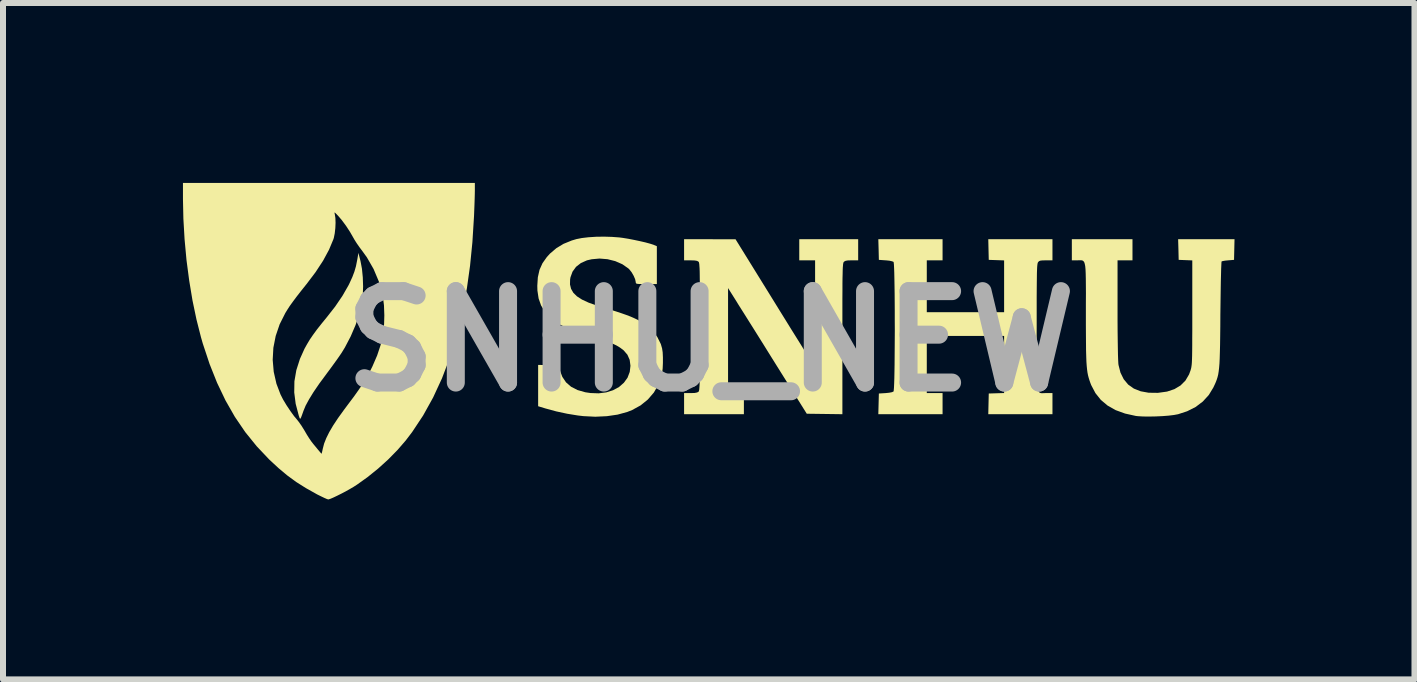
<source format=kicad_pcb>
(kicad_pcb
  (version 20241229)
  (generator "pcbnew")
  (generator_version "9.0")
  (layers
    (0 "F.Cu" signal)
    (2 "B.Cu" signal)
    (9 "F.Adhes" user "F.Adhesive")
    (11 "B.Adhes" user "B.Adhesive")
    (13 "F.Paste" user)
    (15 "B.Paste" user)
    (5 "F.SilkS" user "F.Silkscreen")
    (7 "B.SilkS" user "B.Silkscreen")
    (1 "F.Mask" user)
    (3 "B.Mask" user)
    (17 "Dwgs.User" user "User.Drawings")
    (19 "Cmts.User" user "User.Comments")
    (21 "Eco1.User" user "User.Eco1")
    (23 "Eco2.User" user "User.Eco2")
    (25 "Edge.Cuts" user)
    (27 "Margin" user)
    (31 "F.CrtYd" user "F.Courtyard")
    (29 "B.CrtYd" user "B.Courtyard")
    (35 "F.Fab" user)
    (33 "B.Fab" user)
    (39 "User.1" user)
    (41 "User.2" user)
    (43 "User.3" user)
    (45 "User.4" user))
  (footprint "SNHU_NEW"
    (layer "F.Cu")
    (at 8.794 2.638)
    (property "Reference" "SNHU_NEW" (at 0 0 0) (layer "F.Fab") (effects (font (size 1.524 1.524) (thickness 0.3))))
    (attr board_only exclude_from_pos_files exclude_from_bom)
    (fp_poly (pts (xy -5.834 -1.334) (xy -5.81 -1.207) (xy -5.796 -1.064) (xy -5.791 -0.914) (xy -5.796 -0.77) (xy -5.81 -0.645) (xy -5.853 -0.462) (xy -5.916 -0.271) (xy -5.998 -0.08) (xy -6.095 0.105) (xy -6.15 0.195) (xy -6.18 0.239) (xy -6.224 0.302) (xy -6.278 0.377) (xy -6.337 0.458) (xy -6.398 0.54) (xy -6.405 0.55) (xy -6.522 0.708) (xy -6.617 0.847) (xy -6.692 0.969) (xy -6.749 1.074) (xy -6.785 1.161) (xy -6.809 1.229) (xy -6.825 1.271) (xy -6.836 1.291) (xy -6.844 1.291) (xy -6.852 1.274) (xy -6.863 1.241) (xy -6.864 1.238) (xy -6.915 1.043) (xy -6.939 0.854) (xy -6.936 0.668) (xy -6.904 0.483) (xy -6.844 0.295) (xy -6.768 0.126) (xy -6.725 0.049) (xy -6.679 -0.028) (xy -6.624 -0.108) (xy -6.559 -0.197) (xy -6.479 -0.298) (xy -6.399 -0.396) (xy -6.257 -0.577) (xy -6.136 -0.755) (xy -6.037 -0.927) (xy -6.017 -0.967) (xy -5.97 -1.07) (xy -5.936 -1.16) (xy -5.91 -1.25) (xy -5.89 -1.351) (xy -5.887 -1.366) (xy -5.869 -1.473)) (stroke (width 0) (type solid)) (fill yes) (layer "F.SilkS"))
    (fp_poly (pts (xy 3.869 -1.348) (xy 3.606 -1.348) (xy 3.606 -0.484) (xy 4.895 -0.484) (xy 4.895 -1.347) (xy 4.639 -1.356) (xy 4.635 -1.528) (xy 4.631 -1.7) (xy 5.701 -1.7) (xy 5.701 -1.348) (xy 5.592 -1.348) (xy 5.535 -1.347) (xy 5.499 -1.343) (xy 5.477 -1.334) (xy 5.461 -1.317) (xy 5.46 -1.316) (xy 5.456 -1.307) (xy 5.452 -1.292) (xy 5.449 -1.27) (xy 5.446 -1.238) (xy 5.444 -1.195) (xy 5.442 -1.138) (xy 5.441 -1.065) (xy 5.44 -0.974) (xy 5.439 -0.864) (xy 5.438 -0.732) (xy 5.438 -0.576) (xy 5.438 -0.394) (xy 5.438 -0.239) (xy 5.437 -0.032) (xy 5.437 0.148) (xy 5.437 0.302) (xy 5.438 0.432) (xy 5.439 0.541) (xy 5.441 0.63) (xy 5.445 0.702) (xy 5.45 0.758) (xy 5.457 0.799) (xy 5.467 0.829) (xy 5.478 0.849) (xy 5.493 0.861) (xy 5.51 0.866) (xy 5.531 0.867) (xy 5.556 0.866) (xy 5.584 0.865) (xy 5.599 0.865) (xy 5.701 0.865) (xy 5.701 1.217) (xy 4.631 1.217) (xy 4.639 0.872) (xy 4.767 0.868) (xy 4.895 0.864) (xy 4.895 -0.088) (xy 3.606 -0.088) (xy 3.606 0.865) (xy 3.869 0.865) (xy 3.869 1.217) (xy 2.798 1.217) (xy 2.807 0.872) (xy 2.92 0.865) (xy 2.978 0.859) (xy 3.025 0.85) (xy 3.05 0.839) (xy 3.052 0.838) (xy 3.055 0.82) (xy 3.059 0.775) (xy 3.062 0.707) (xy 3.065 0.618) (xy 3.067 0.511) (xy 3.069 0.389) (xy 3.07 0.254) (xy 3.071 0.11) (xy 3.072 -0.04) (xy 3.073 -0.194) (xy 3.072 -0.349) (xy 3.072 -0.502) (xy 3.071 -0.65) (xy 3.07 -0.791) (xy 3.068 -0.921) (xy 3.066 -1.038) (xy 3.064 -1.138) (xy 3.061 -1.22) (xy 3.058 -1.279) (xy 3.054 -1.314) (xy 3.052 -1.322) (xy 3.028 -1.332) (xy 2.983 -1.342) (xy 2.925 -1.348) (xy 2.92 -1.348) (xy 2.807 -1.356) (xy 2.803 -1.528) (xy 2.798 -1.7) (xy 3.869 -1.7)) (stroke (width 0) (type solid)) (fill yes) (layer "F.SilkS"))
    (fp_poly (pts (xy 2.462 -1.348) (xy 2.355 -1.348) (xy 2.294 -1.347) (xy 2.255 -1.341) (xy 2.231 -1.329) (xy 2.223 -1.322) (xy 2.218 -1.315) (xy 2.215 -1.304) (xy 2.211 -1.287) (xy 2.209 -1.262) (xy 2.206 -1.228) (xy 2.204 -1.181) (xy 2.203 -1.122) (xy 2.201 -1.046) (xy 2.2 -0.954) (xy 2.2 -0.843) (xy 2.199 -0.71) (xy 2.199 -0.556) (xy 2.199 -0.376) (xy 2.199 -0.17) (xy 2.199 -0.039) (xy 2.199 1.217) (xy 1.902 1.213) (xy 1.605 1.209) (xy 1.073 0.359) (xy 0.98 0.21) (xy 0.888 0.062) (xy 0.799 -0.08) (xy 0.715 -0.214) (xy 0.637 -0.338) (xy 0.568 -0.448) (xy 0.508 -0.543) (xy 0.46 -0.619) (xy 0.426 -0.675) (xy 0.417 -0.689) (xy 0.293 -0.886) (xy 0.293 0.865) (xy 0.557 0.865) (xy 0.557 1.217) (xy -0.44 1.217) (xy -0.44 0.865) (xy -0.331 0.865) (xy -0.265 0.863) (xy -0.223 0.855) (xy -0.199 0.842) (xy -0.199 0.842) (xy -0.194 0.835) (xy -0.191 0.823) (xy -0.187 0.803) (xy -0.185 0.774) (xy -0.182 0.733) (xy -0.18 0.679) (xy -0.179 0.61) (xy -0.178 0.523) (xy -0.177 0.417) (xy -0.176 0.289) (xy -0.176 0.139) (xy -0.176 -0.038) (xy -0.176 -0.241) (xy -0.176 -0.242) (xy -0.176 -0.445) (xy -0.176 -0.622) (xy -0.176 -0.773) (xy -0.177 -0.9) (xy -0.178 -1.006) (xy -0.179 -1.093) (xy -0.18 -1.163) (xy -0.182 -1.217) (xy -0.185 -1.257) (xy -0.187 -1.287) (xy -0.191 -1.306) (xy -0.194 -1.319) (xy -0.199 -1.325) (xy -0.199 -1.325) (xy -0.223 -1.339) (xy -0.265 -1.346) (xy -0.33 -1.348) (xy -0.44 -1.348) (xy -0.44 -1.7) (xy -0.011 -1.7) (xy 0.418 -1.699) (xy 1.063 -0.657) (xy 1.161 -0.498) (xy 1.256 -0.345) (xy 1.345 -0.201) (xy 1.428 -0.068) (xy 1.503 0.052) (xy 1.569 0.159) (xy 1.625 0.249) (xy 1.67 0.32) (xy 1.702 0.372) (xy 1.721 0.402) (xy 1.725 0.408) (xy 1.729 0.408) (xy 1.732 0.395) (xy 1.735 0.366) (xy 1.738 0.321) (xy 1.739 0.258) (xy 1.741 0.175) (xy 1.742 0.07) (xy 1.743 -0.058) (xy 1.743 -0.212) (xy 1.744 -0.392) (xy 1.744 -0.458) (xy 1.744 -1.348) (xy 1.48 -1.348) (xy 1.48 -1.7) (xy 2.462 -1.7)) (stroke (width 0) (type solid)) (fill yes) (layer "F.SilkS"))
    (fp_poly (pts (xy 7.035 -1.348) (xy 6.786 -1.348) (xy 6.786 -0.524) (xy 6.786 -0.337) (xy 6.787 -0.167) (xy 6.789 -0.015) (xy 6.791 0.116) (xy 6.793 0.225) (xy 6.796 0.31) (xy 6.799 0.369) (xy 6.802 0.396) (xy 6.835 0.525) (xy 6.889 0.634) (xy 6.963 0.723) (xy 7.058 0.79) (xy 7.172 0.835) (xy 7.304 0.859) (xy 7.455 0.861) (xy 7.466 0.86) (xy 7.611 0.84) (xy 7.734 0.799) (xy 7.836 0.738) (xy 7.918 0.656) (xy 7.978 0.554) (xy 8.002 0.489) (xy 8.008 0.468) (xy 8.014 0.446) (xy 8.018 0.421) (xy 8.022 0.391) (xy 8.025 0.353) (xy 8.027 0.304) (xy 8.029 0.243) (xy 8.03 0.166) (xy 8.031 0.071) (xy 8.031 -0.043) (xy 8.032 -0.181) (xy 8.032 -0.343) (xy 8.032 -0.477) (xy 8.032 -1.347) (xy 7.805 -1.356) (xy 7.801 -1.528) (xy 7.796 -1.7) (xy 8.736 -1.7) (xy 8.732 -1.528) (xy 8.728 -1.356) (xy 8.63 -1.348) (xy 8.579 -1.343) (xy 8.539 -1.336) (xy 8.52 -1.329) (xy 8.518 -1.312) (xy 8.516 -1.269) (xy 8.513 -1.202) (xy 8.511 -1.113) (xy 8.508 -1.005) (xy 8.506 -0.881) (xy 8.504 -0.743) (xy 8.502 -0.594) (xy 8.5 -0.442) (xy 8.499 -0.248) (xy 8.497 -0.081) (xy 8.495 0.062) (xy 8.492 0.183) (xy 8.489 0.286) (xy 8.485 0.371) (xy 8.479 0.443) (xy 8.472 0.503) (xy 8.464 0.554) (xy 8.453 0.599) (xy 8.44 0.64) (xy 8.425 0.68) (xy 8.407 0.721) (xy 8.386 0.765) (xy 8.383 0.772) (xy 8.307 0.897) (xy 8.207 1.006) (xy 8.087 1.097) (xy 7.946 1.168) (xy 7.796 1.217) (xy 7.727 1.23) (xy 7.637 1.241) (xy 7.532 1.249) (xy 7.422 1.254) (xy 7.312 1.256) (xy 7.212 1.255) (xy 7.128 1.25) (xy 7.091 1.246) (xy 6.911 1.206) (xy 6.754 1.149) (xy 6.62 1.073) (xy 6.507 0.978) (xy 6.417 0.865) (xy 6.347 0.732) (xy 6.333 0.696) (xy 6.318 0.653) (xy 6.305 0.611) (xy 6.294 0.569) (xy 6.285 0.524) (xy 6.278 0.472) (xy 6.272 0.412) (xy 6.267 0.341) (xy 6.264 0.256) (xy 6.261 0.154) (xy 6.26 0.034) (xy 6.259 -0.108) (xy 6.258 -0.274) (xy 6.258 -0.458) (xy 6.258 -0.642) (xy 6.259 -0.799) (xy 6.258 -0.931) (xy 6.257 -1.04) (xy 6.255 -1.128) (xy 6.252 -1.198) (xy 6.247 -1.252) (xy 6.239 -1.291) (xy 6.23 -1.318) (xy 6.217 -1.335) (xy 6.202 -1.345) (xy 6.183 -1.349) (xy 6.16 -1.349) (xy 6.134 -1.349) (xy 6.118 -1.348) (xy 6.024 -1.348) (xy 6.024 -1.7) (xy 7.035 -1.7)) (stroke (width 0) (type solid)) (fill yes) (layer "F.SilkS"))
    (fp_poly (pts (xy -1.643 -1.739) (xy -1.521 -1.73) (xy -1.466 -1.723) (xy -1.373 -1.708) (xy -1.275 -1.689) (xy -1.176 -1.668) (xy -1.085 -1.647) (xy -1.008 -1.626) (xy -0.951 -1.608) (xy -0.942 -1.604) (xy -0.894 -1.584) (xy -0.894 -0.953) (xy -1.07 -0.953) (xy -1.144 -0.953) (xy -1.194 -0.954) (xy -1.224 -0.957) (xy -1.239 -0.963) (xy -1.245 -0.973) (xy -1.246 -0.986) (xy -1.256 -1.033) (xy -1.281 -1.091) (xy -1.315 -1.15) (xy -1.355 -1.2) (xy -1.369 -1.213) (xy -1.469 -1.283) (xy -1.588 -1.335) (xy -1.716 -1.367) (xy -1.85 -1.378) (xy -1.981 -1.366) (xy -2.059 -1.348) (xy -2.16 -1.303) (xy -2.241 -1.24) (xy -2.3 -1.159) (xy -2.334 -1.065) (xy -2.34 -1.029) (xy -2.342 -0.946) (xy -2.324 -0.873) (xy -2.286 -0.807) (xy -2.226 -0.748) (xy -2.142 -0.694) (xy -2.032 -0.643) (xy -1.896 -0.594) (xy -1.824 -0.571) (xy -1.687 -0.53) (xy -1.574 -0.496) (xy -1.481 -0.465) (xy -1.404 -0.438) (xy -1.338 -0.413) (xy -1.28 -0.388) (xy -1.225 -0.362) (xy -1.209 -0.354) (xy -1.079 -0.274) (xy -0.971 -0.179) (xy -0.887 -0.071) (xy -0.828 0.047) (xy -0.807 0.119) (xy -0.797 0.184) (xy -0.793 0.268) (xy -0.793 0.361) (xy -0.797 0.453) (xy -0.806 0.533) (xy -0.815 0.577) (xy -0.867 0.723) (xy -0.944 0.856) (xy -1.044 0.972) (xy -1.165 1.07) (xy -1.305 1.147) (xy -1.388 1.18) (xy -1.549 1.224) (xy -1.728 1.25) (xy -1.92 1.259) (xy -2.119 1.249) (xy -2.213 1.238) (xy -2.39 1.209) (xy -2.571 1.17) (xy -2.74 1.124) (xy -2.751 1.121) (xy -2.873 1.084) (xy -2.873 0.395) (xy -2.702 0.399) (xy -2.532 0.403) (xy -2.511 0.484) (xy -2.47 0.594) (xy -2.408 0.686) (xy -2.324 0.759) (xy -2.217 0.814) (xy -2.088 0.851) (xy -2.001 0.864) (xy -1.864 0.869) (xy -1.737 0.853) (xy -1.623 0.817) (xy -1.524 0.763) (xy -1.444 0.693) (xy -1.383 0.609) (xy -1.346 0.512) (xy -1.334 0.41) (xy -1.347 0.311) (xy -1.385 0.225) (xy -1.449 0.151) (xy -1.499 0.113) (xy -1.536 0.089) (xy -1.573 0.068) (xy -1.614 0.049) (xy -1.663 0.028) (xy -1.724 0.006) (xy -1.801 -0.02) (xy -1.898 -0.051) (xy -2.016 -0.087) (xy -2.173 -0.138) (xy -2.305 -0.185) (xy -2.415 -0.231) (xy -2.506 -0.276) (xy -2.583 -0.324) (xy -2.649 -0.375) (xy -2.672 -0.395) (xy -2.76 -0.492) (xy -2.824 -0.596) (xy -2.865 -0.712) (xy -2.885 -0.844) (xy -2.887 -0.923) (xy -2.878 -1.066) (xy -2.85 -1.19) (xy -2.8 -1.301) (xy -2.727 -1.404) (xy -2.676 -1.46) (xy -2.569 -1.551) (xy -2.45 -1.623) (xy -2.312 -1.679) (xy -2.235 -1.702) (xy -2.144 -1.72) (xy -2.032 -1.733) (xy -1.906 -1.741) (xy -1.774 -1.743)) (stroke (width 0) (type solid)) (fill yes) (layer "F.SilkS"))
    (fp_poly (pts (xy -3.928 -2.51) (xy -3.929 -2.455) (xy -3.931 -2.378) (xy -3.934 -2.286) (xy -3.938 -2.184) (xy -3.942 -2.081) (xy -3.943 -2.067) (xy -3.969 -1.65) (xy -4.008 -1.258) (xy -4.06 -0.886) (xy -4.125 -0.533) (xy -4.204 -0.196) (xy -4.297 0.128) (xy -4.347 0.28) (xy -4.476 0.619) (xy -4.624 0.939) (xy -4.79 1.238) (xy -4.973 1.514) (xy -5.081 1.656) (xy -5.216 1.812) (xy -5.372 1.971) (xy -5.541 2.124) (xy -5.717 2.266) (xy -5.892 2.391) (xy -5.951 2.429) (xy -6.011 2.464) (xy -6.08 2.503) (xy -6.153 2.541) (xy -6.223 2.576) (xy -6.286 2.606) (xy -6.335 2.627) (xy -6.367 2.637) (xy -6.372 2.638) (xy -6.394 2.631) (xy -6.436 2.613) (xy -6.492 2.586) (xy -6.557 2.554) (xy -6.564 2.55) (xy -6.744 2.449) (xy -6.906 2.347) (xy -7.056 2.237) (xy -7.203 2.114) (xy -7.356 1.972) (xy -7.564 1.752) (xy -7.755 1.516) (xy -7.928 1.262) (xy -8.084 0.989) (xy -8.225 0.694) (xy -8.351 0.378) (xy -8.373 0.311) (xy -7.298 0.311) (xy -7.281 0.51) (xy -7.236 0.708) (xy -7.168 0.887) (xy -7.125 0.972) (xy -7.068 1.067) (xy -7.004 1.163) (xy -6.941 1.25) (xy -6.901 1.297) (xy -6.864 1.344) (xy -6.82 1.406) (xy -6.778 1.473) (xy -6.765 1.495) (xy -6.729 1.557) (xy -6.691 1.617) (xy -6.659 1.664) (xy -6.649 1.678) (xy -6.62 1.715) (xy -6.584 1.758) (xy -6.548 1.802) (xy -6.516 1.84) (xy -6.493 1.867) (xy -6.483 1.876) (xy -6.479 1.863) (xy -6.471 1.829) (xy -6.463 1.792) (xy -6.441 1.707) (xy -6.405 1.616) (xy -6.356 1.517) (xy -6.291 1.406) (xy -6.209 1.282) (xy -6.108 1.142) (xy -6.041 1.052) (xy -5.944 0.923) (xy -5.864 0.81) (xy -5.796 0.71) (xy -5.739 0.617) (xy -5.689 0.527) (xy -5.642 0.433) (xy -5.636 0.421) (xy -5.557 0.238) (xy -5.499 0.064) (xy -5.461 -0.107) (xy -5.441 -0.285) (xy -5.437 -0.432) (xy -5.443 -0.598) (xy -5.462 -0.747) (xy -5.495 -0.892) (xy -5.528 -0.994) (xy -5.616 -1.203) (xy -5.728 -1.398) (xy -5.803 -1.502) (xy -5.851 -1.566) (xy -5.897 -1.632) (xy -5.935 -1.692) (xy -5.952 -1.722) (xy -6.01 -1.823) (xy -6.076 -1.924) (xy -6.145 -2.017) (xy -6.206 -2.089) (xy -6.242 -2.126) (xy -6.261 -2.144) (xy -6.268 -2.143) (xy -6.265 -2.126) (xy -6.263 -2.118) (xy -6.253 -2.055) (xy -6.25 -1.973) (xy -6.254 -1.884) (xy -6.264 -1.796) (xy -6.279 -1.722) (xy -6.286 -1.7) (xy -6.359 -1.525) (xy -6.458 -1.342) (xy -6.584 -1.15) (xy -6.737 -0.948) (xy -6.738 -0.947) (xy -6.829 -0.833) (xy -6.903 -0.738) (xy -6.964 -0.656) (xy -7.015 -0.585) (xy -7.057 -0.52) (xy -7.088 -0.469) (xy -7.182 -0.282) (xy -7.248 -0.088) (xy -7.287 0.11) (xy -7.298 0.311) (xy -8.373 0.311) (xy -8.464 0.037) (xy -8.494 -0.068) (xy -8.569 -0.363) (xy -8.635 -0.679) (xy -8.69 -1.011) (xy -8.735 -1.353) (xy -8.767 -1.699) (xy -8.787 -2.043) (xy -8.794 -2.37) (xy -8.794 -2.638) (xy -3.928 -2.638)) (stroke (width 0) (type solid)) (fill yes) (layer "F.SilkS")))
  (gr_rect
    (start -3 -3)
    (end 20.53 8.276)
    (stroke (width 0.1) (type default))
    (fill no)
    (layer "Edge.Cuts")))
</source>
